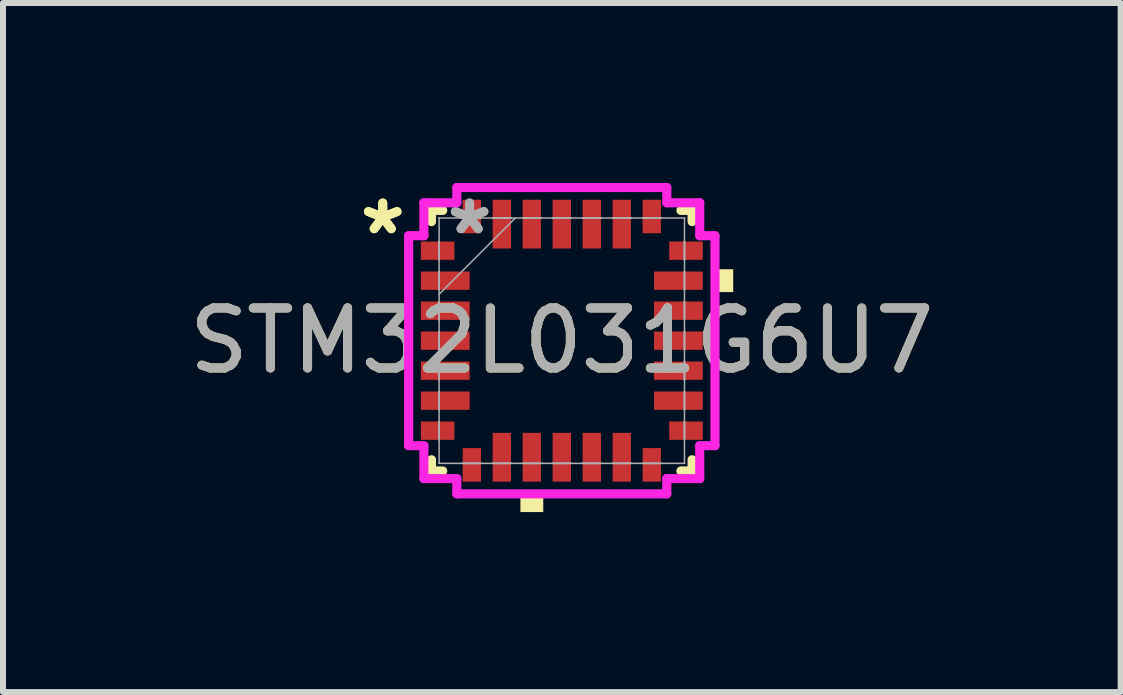
<source format=kicad_pcb>
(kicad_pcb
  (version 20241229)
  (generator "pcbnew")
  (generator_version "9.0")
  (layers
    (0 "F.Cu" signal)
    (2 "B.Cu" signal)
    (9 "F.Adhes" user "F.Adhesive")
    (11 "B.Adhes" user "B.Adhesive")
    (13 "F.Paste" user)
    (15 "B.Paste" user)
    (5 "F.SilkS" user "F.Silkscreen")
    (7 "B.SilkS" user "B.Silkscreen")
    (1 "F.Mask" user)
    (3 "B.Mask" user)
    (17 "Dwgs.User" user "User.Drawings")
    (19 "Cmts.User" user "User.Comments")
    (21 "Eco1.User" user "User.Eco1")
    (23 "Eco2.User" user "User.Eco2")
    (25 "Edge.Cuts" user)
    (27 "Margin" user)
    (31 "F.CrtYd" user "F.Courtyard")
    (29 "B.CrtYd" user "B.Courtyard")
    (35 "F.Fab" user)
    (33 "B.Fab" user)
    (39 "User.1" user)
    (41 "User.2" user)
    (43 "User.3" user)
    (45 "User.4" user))
  (footprint "STM32L031G6U7"
    (layer "F.Cu")
    (at 6.315 2.629)
    (property "Reference" "STM32L031G6U7" (at 0 0 0) (unlocked yes) (layer "F.SilkS") (effects (font (size 1 1) (thickness 0.15))))
    (attr smd)
    (fp_line (start -2.172 -2.172) (end -2.172 -1.985) (stroke (width 0.152) (type solid)) (layer "F.SilkS"))
    (fp_line (start -2.172 1.985) (end -2.172 2.172) (stroke (width 0.152) (type solid)) (layer "F.SilkS"))
    (fp_line (start -2.172 2.172) (end -1.985 2.172) (stroke (width 0.152) (type solid)) (layer "F.SilkS"))
    (fp_line (start -1.985 -2.172) (end -2.172 -2.172) (stroke (width 0.152) (type solid)) (layer "F.SilkS"))
    (fp_line (start 1.985 2.172) (end 2.172 2.172) (stroke (width 0.152) (type solid)) (layer "F.SilkS"))
    (fp_line (start 2.172 -2.172) (end 1.985 -2.172) (stroke (width 0.152) (type solid)) (layer "F.SilkS"))
    (fp_line (start 2.172 -1.985) (end 2.172 -2.172) (stroke (width 0.152) (type solid)) (layer "F.SilkS"))
    (fp_line (start 2.172 2.172) (end 2.172 1.985) (stroke (width 0.152) (type solid)) (layer "F.SilkS"))
    (fp_poly (pts (xy -0.69 2.603) (xy -0.69 2.857) (xy -0.309 2.857) (xy -0.309 2.603)) (stroke (width 0) (type solid)) (fill yes) (layer "F.SilkS"))
    (fp_poly (pts (xy 2.857 -1.191) (xy 2.857 -0.81) (xy 2.603 -0.81) (xy 2.603 -1.191)) (stroke (width 0) (type solid)) (fill yes) (layer "F.SilkS"))
    (fp_line (start -2.553 -1.75) (end -2.299 -1.75) (stroke (width 0.152) (type solid)) (layer "F.CrtYd"))
    (fp_line (start -2.553 1.75) (end -2.553 -1.75) (stroke (width 0.152) (type solid)) (layer "F.CrtYd"))
    (fp_line (start -2.299 -2.299) (end -1.75 -2.299) (stroke (width 0.152) (type solid)) (layer "F.CrtYd"))
    (fp_line (start -2.299 -1.75) (end -2.299 -2.299) (stroke (width 0.152) (type solid)) (layer "F.CrtYd"))
    (fp_line (start -2.299 1.75) (end -2.553 1.75) (stroke (width 0.152) (type solid)) (layer "F.CrtYd"))
    (fp_line (start -2.299 2.299) (end -2.299 1.75) (stroke (width 0.152) (type solid)) (layer "F.CrtYd"))
    (fp_line (start -1.75 -2.553) (end 1.75 -2.553) (stroke (width 0.152) (type solid)) (layer "F.CrtYd"))
    (fp_line (start -1.75 -2.299) (end -1.75 -2.553) (stroke (width 0.152) (type solid)) (layer "F.CrtYd"))
    (fp_line (start -1.75 2.299) (end -2.299 2.299) (stroke (width 0.152) (type solid)) (layer "F.CrtYd"))
    (fp_line (start -1.75 2.553) (end -1.75 2.299) (stroke (width 0.152) (type solid)) (layer "F.CrtYd"))
    (fp_line (start 1.75 -2.553) (end 1.75 -2.299) (stroke (width 0.152) (type solid)) (layer "F.CrtYd"))
    (fp_line (start 1.75 -2.299) (end 2.299 -2.299) (stroke (width 0.152) (type solid)) (layer "F.CrtYd"))
    (fp_line (start 1.75 2.299) (end 1.75 2.553) (stroke (width 0.152) (type solid)) (layer "F.CrtYd"))
    (fp_line (start 1.75 2.553) (end -1.75 2.553) (stroke (width 0.152) (type solid)) (layer "F.CrtYd"))
    (fp_line (start 2.299 -2.299) (end 2.299 -1.75) (stroke (width 0.152) (type solid)) (layer "F.CrtYd"))
    (fp_line (start 2.299 -1.75) (end 2.553 -1.75) (stroke (width 0.152) (type solid)) (layer "F.CrtYd"))
    (fp_line (start 2.299 1.75) (end 2.299 2.299) (stroke (width 0.152) (type solid)) (layer "F.CrtYd"))
    (fp_line (start 2.299 2.299) (end 1.75 2.299) (stroke (width 0.152) (type solid)) (layer "F.CrtYd"))
    (fp_line (start 2.553 -1.75) (end 2.553 1.75) (stroke (width 0.152) (type solid)) (layer "F.CrtYd"))
    (fp_line (start 2.553 1.75) (end 2.299 1.75) (stroke (width 0.152) (type solid)) (layer "F.CrtYd"))
    (fp_line (start -2.045 -2.045) (end -2.045 -2.045) (stroke (width 0.025) (type solid)) (layer "F.Fab"))
    (fp_line (start -2.045 -2.045) (end -2.045 2.045) (stroke (width 0.025) (type solid)) (layer "F.Fab"))
    (fp_line (start -2.045 -1.652) (end -2.045 -1.652) (stroke (width 0.025) (type solid)) (layer "F.Fab"))
    (fp_line (start -2.045 -1.652) (end -2.045 -1.348) (stroke (width 0.025) (type solid)) (layer "F.Fab"))
    (fp_line (start -2.045 -1.348) (end -2.045 -1.652) (stroke (width 0.025) (type solid)) (layer "F.Fab"))
    (fp_line (start -2.045 -1.348) (end -2.045 -1.348) (stroke (width 0.025) (type solid)) (layer "F.Fab"))
    (fp_line (start -2.045 -1.152) (end -2.045 -1.152) (stroke (width 0.025) (type solid)) (layer "F.Fab"))
    (fp_line (start -2.045 -1.152) (end -2.045 -0.848) (stroke (width 0.025) (type solid)) (layer "F.Fab"))
    (fp_line (start -2.045 -0.848) (end -2.045 -1.152) (stroke (width 0.025) (type solid)) (layer "F.Fab"))
    (fp_line (start -2.045 -0.848) (end -2.045 -0.848) (stroke (width 0.025) (type solid)) (layer "F.Fab"))
    (fp_line (start -2.045 -0.775) (end -0.775 -2.045) (stroke (width 0.025) (type solid)) (layer "F.Fab"))
    (fp_line (start -2.045 -0.652) (end -2.045 -0.652) (stroke (width 0.025) (type solid)) (layer "F.Fab"))
    (fp_line (start -2.045 -0.652) (end -2.045 -0.348) (stroke (width 0.025) (type solid)) (layer "F.Fab"))
    (fp_line (start -2.045 -0.348) (end -2.045 -0.652) (stroke (width 0.025) (type solid)) (layer "F.Fab"))
    (fp_line (start -2.045 -0.348) (end -2.045 -0.348) (stroke (width 0.025) (type solid)) (layer "F.Fab"))
    (fp_line (start -2.045 -0.152) (end -2.045 -0.152) (stroke (width 0.025) (type solid)) (layer "F.Fab"))
    (fp_line (start -2.045 -0.152) (end -2.045 0.152) (stroke (width 0.025) (type solid)) (layer "F.Fab"))
    (fp_line (start -2.045 0.152) (end -2.045 -0.152) (stroke (width 0.025) (type solid)) (layer "F.Fab"))
    (fp_line (start -2.045 0.152) (end -2.045 0.152) (stroke (width 0.025) (type solid)) (layer "F.Fab"))
    (fp_line (start -2.045 0.348) (end -2.045 0.348) (stroke (width 0.025) (type solid)) (layer "F.Fab"))
    (fp_line (start -2.045 0.348) (end -2.045 0.652) (stroke (width 0.025) (type solid)) (layer "F.Fab"))
    (fp_line (start -2.045 0.652) (end -2.045 0.348) (stroke (width 0.025) (type solid)) (layer "F.Fab"))
    (fp_line (start -2.045 0.652) (end -2.045 0.652) (stroke (width 0.025) (type solid)) (layer "F.Fab"))
    (fp_line (start -2.045 0.848) (end -2.045 0.848) (stroke (width 0.025) (type solid)) (layer "F.Fab"))
    (fp_line (start -2.045 0.848) (end -2.045 1.152) (stroke (width 0.025) (type solid)) (layer "F.Fab"))
    (fp_line (start -2.045 1.152) (end -2.045 0.848) (stroke (width 0.025) (type solid)) (layer "F.Fab"))
    (fp_line (start -2.045 1.152) (end -2.045 1.152) (stroke (width 0.025) (type solid)) (layer "F.Fab"))
    (fp_line (start -2.045 1.348) (end -2.045 1.348) (stroke (width 0.025) (type solid)) (layer "F.Fab"))
    (fp_line (start -2.045 1.348) (end -2.045 1.652) (stroke (width 0.025) (type solid)) (layer "F.Fab"))
    (fp_line (start -2.045 1.652) (end -2.045 1.348) (stroke (width 0.025) (type solid)) (layer "F.Fab"))
    (fp_line (start -2.045 1.652) (end -2.045 1.652) (stroke (width 0.025) (type solid)) (layer "F.Fab"))
    (fp_line (start -2.045 2.045) (end -2.045 2.045) (stroke (width 0.025) (type solid)) (layer "F.Fab"))
    (fp_line (start -2.045 2.045) (end 2.045 2.045) (stroke (width 0.025) (type solid)) (layer "F.Fab"))
    (fp_line (start -1.652 -2.045) (end -1.652 -2.045) (stroke (width 0.025) (type solid)) (layer "F.Fab"))
    (fp_line (start -1.652 -2.045) (end -1.348 -2.045) (stroke (width 0.025) (type solid)) (layer "F.Fab"))
    (fp_line (start -1.652 2.045) (end -1.652 2.045) (stroke (width 0.025) (type solid)) (layer "F.Fab"))
    (fp_line (start -1.652 2.045) (end -1.348 2.045) (stroke (width 0.025) (type solid)) (layer "F.Fab"))
    (fp_line (start -1.348 -2.045) (end -1.652 -2.045) (stroke (width 0.025) (type solid)) (layer "F.Fab"))
    (fp_line (start -1.348 -2.045) (end -1.348 -2.045) (stroke (width 0.025) (type solid)) (layer "F.Fab"))
    (fp_line (start -1.348 2.045) (end -1.652 2.045) (stroke (width 0.025) (type solid)) (layer "F.Fab"))
    (fp_line (start -1.348 2.045) (end -1.348 2.045) (stroke (width 0.025) (type solid)) (layer "F.Fab"))
    (fp_line (start -1.152 -2.045) (end -1.152 -2.045) (stroke (width 0.025) (type solid)) (layer "F.Fab"))
    (fp_line (start -1.152 -2.045) (end -0.848 -2.045) (stroke (width 0.025) (type solid)) (layer "F.Fab"))
    (fp_line (start -1.152 2.045) (end -1.152 2.045) (stroke (width 0.025) (type solid)) (layer "F.Fab"))
    (fp_line (start -1.152 2.045) (end -0.848 2.045) (stroke (width 0.025) (type solid)) (layer "F.Fab"))
    (fp_line (start -0.848 -2.045) (end -1.152 -2.045) (stroke (width 0.025) (type solid)) (layer "F.Fab"))
    (fp_line (start -0.848 -2.045) (end -0.848 -2.045) (stroke (width 0.025) (type solid)) (layer "F.Fab"))
    (fp_line (start -0.848 2.045) (end -1.152 2.045) (stroke (width 0.025) (type solid)) (layer "F.Fab"))
    (fp_line (start -0.848 2.045) (end -0.848 2.045) (stroke (width 0.025) (type solid)) (layer "F.Fab"))
    (fp_line (start -0.652 -2.045) (end -0.652 -2.045) (stroke (width 0.025) (type solid)) (layer "F.Fab"))
    (fp_line (start -0.652 -2.045) (end -0.348 -2.045) (stroke (width 0.025) (type solid)) (layer "F.Fab"))
    (fp_line (start -0.652 2.045) (end -0.652 2.045) (stroke (width 0.025) (type solid)) (layer "F.Fab"))
    (fp_line (start -0.652 2.045) (end -0.348 2.045) (stroke (width 0.025) (type solid)) (layer "F.Fab"))
    (fp_line (start -0.348 -2.045) (end -0.652 -2.045) (stroke (width 0.025) (type solid)) (layer "F.Fab"))
    (fp_line (start -0.348 -2.045) (end -0.348 -2.045) (stroke (width 0.025) (type solid)) (layer "F.Fab"))
    (fp_line (start -0.348 2.045) (end -0.652 2.045) (stroke (width 0.025) (type solid)) (layer "F.Fab"))
    (fp_line (start -0.348 2.045) (end -0.348 2.045) (stroke (width 0.025) (type solid)) (layer "F.Fab"))
    (fp_line (start -0.152 -2.045) (end -0.152 -2.045) (stroke (width 0.025) (type solid)) (layer "F.Fab"))
    (fp_line (start -0.152 -2.045) (end 0.152 -2.045) (stroke (width 0.025) (type solid)) (layer "F.Fab"))
    (fp_line (start -0.152 2.045) (end -0.152 2.045) (stroke (width 0.025) (type solid)) (layer "F.Fab"))
    (fp_line (start -0.152 2.045) (end 0.152 2.045) (stroke (width 0.025) (type solid)) (layer "F.Fab"))
    (fp_line (start 0.152 -2.045) (end -0.152 -2.045) (stroke (width 0.025) (type solid)) (layer "F.Fab"))
    (fp_line (start 0.152 -2.045) (end 0.152 -2.045) (stroke (width 0.025) (type solid)) (layer "F.Fab"))
    (fp_line (start 0.152 2.045) (end -0.152 2.045) (stroke (width 0.025) (type solid)) (layer "F.Fab"))
    (fp_line (start 0.152 2.045) (end 0.152 2.045) (stroke (width 0.025) (type solid)) (layer "F.Fab"))
    (fp_line (start 0.348 -2.045) (end 0.348 -2.045) (stroke (width 0.025) (type solid)) (layer "F.Fab"))
    (fp_line (start 0.348 -2.045) (end 0.652 -2.045) (stroke (width 0.025) (type solid)) (layer "F.Fab"))
    (fp_line (start 0.348 2.045) (end 0.348 2.045) (stroke (width 0.025) (type solid)) (layer "F.Fab"))
    (fp_line (start 0.348 2.045) (end 0.652 2.045) (stroke (width 0.025) (type solid)) (layer "F.Fab"))
    (fp_line (start 0.652 -2.045) (end 0.348 -2.045) (stroke (width 0.025) (type solid)) (layer "F.Fab"))
    (fp_line (start 0.652 -2.045) (end 0.652 -2.045) (stroke (width 0.025) (type solid)) (layer "F.Fab"))
    (fp_line (start 0.652 2.045) (end 0.348 2.045) (stroke (width 0.025) (type solid)) (layer "F.Fab"))
    (fp_line (start 0.652 2.045) (end 0.652 2.045) (stroke (width 0.025) (type solid)) (layer "F.Fab"))
    (fp_line (start 0.848 -2.045) (end 0.848 -2.045) (stroke (width 0.025) (type solid)) (layer "F.Fab"))
    (fp_line (start 0.848 -2.045) (end 1.152 -2.045) (stroke (width 0.025) (type solid)) (layer "F.Fab"))
    (fp_line (start 0.848 2.045) (end 0.848 2.045) (stroke (width 0.025) (type solid)) (layer "F.Fab"))
    (fp_line (start 0.848 2.045) (end 1.152 2.045) (stroke (width 0.025) (type solid)) (layer "F.Fab"))
    (fp_line (start 1.152 -2.045) (end 0.848 -2.045) (stroke (width 0.025) (type solid)) (layer "F.Fab"))
    (fp_line (start 1.152 -2.045) (end 1.152 -2.045) (stroke (width 0.025) (type solid)) (layer "F.Fab"))
    (fp_line (start 1.152 2.045) (end 0.848 2.045) (stroke (width 0.025) (type solid)) (layer "F.Fab"))
    (fp_line (start 1.152 2.045) (end 1.152 2.045) (stroke (width 0.025) (type solid)) (layer "F.Fab"))
    (fp_line (start 1.348 -2.045) (end 1.348 -2.045) (stroke (width 0.025) (type solid)) (layer "F.Fab"))
    (fp_line (start 1.348 -2.045) (end 1.652 -2.045) (stroke (width 0.025) (type solid)) (layer "F.Fab"))
    (fp_line (start 1.348 2.045) (end 1.348 2.045) (stroke (width 0.025) (type solid)) (layer "F.Fab"))
    (fp_line (start 1.348 2.045) (end 1.652 2.045) (stroke (width 0.025) (type solid)) (layer "F.Fab"))
    (fp_line (start 1.652 -2.045) (end 1.348 -2.045) (stroke (width 0.025) (type solid)) (layer "F.Fab"))
    (fp_line (start 1.652 -2.045) (end 1.652 -2.045) (stroke (width 0.025) (type solid)) (layer "F.Fab"))
    (fp_line (start 1.652 2.045) (end 1.348 2.045) (stroke (width 0.025) (type solid)) (layer "F.Fab"))
    (fp_line (start 1.652 2.045) (end 1.652 2.045) (stroke (width 0.025) (type solid)) (layer "F.Fab"))
    (fp_line (start 2.045 -2.045) (end -2.045 -2.045) (stroke (width 0.025) (type solid)) (layer "F.Fab"))
    (fp_line (start 2.045 -2.045) (end 2.045 -2.045) (stroke (width 0.025) (type solid)) (layer "F.Fab"))
    (fp_line (start 2.045 -1.652) (end 2.045 -1.652) (stroke (width 0.025) (type solid)) (layer "F.Fab"))
    (fp_line (start 2.045 -1.652) (end 2.045 -1.348) (stroke (width 0.025) (type solid)) (layer "F.Fab"))
    (fp_line (start 2.045 -1.348) (end 2.045 -1.652) (stroke (width 0.025) (type solid)) (layer "F.Fab"))
    (fp_line (start 2.045 -1.348) (end 2.045 -1.348) (stroke (width 0.025) (type solid)) (layer "F.Fab"))
    (fp_line (start 2.045 -1.152) (end 2.045 -1.152) (stroke (width 0.025) (type solid)) (layer "F.Fab"))
    (fp_line (start 2.045 -1.152) (end 2.045 -0.848) (stroke (width 0.025) (type solid)) (layer "F.Fab"))
    (fp_line (start 2.045 -0.848) (end 2.045 -1.152) (stroke (width 0.025) (type solid)) (layer "F.Fab"))
    (fp_line (start 2.045 -0.848) (end 2.045 -0.848) (stroke (width 0.025) (type solid)) (layer "F.Fab"))
    (fp_line (start 2.045 -0.652) (end 2.045 -0.652) (stroke (width 0.025) (type solid)) (layer "F.Fab"))
    (fp_line (start 2.045 -0.652) (end 2.045 -0.348) (stroke (width 0.025) (type solid)) (layer "F.Fab"))
    (fp_line (start 2.045 -0.348) (end 2.045 -0.652) (stroke (width 0.025) (type solid)) (layer "F.Fab"))
    (fp_line (start 2.045 -0.348) (end 2.045 -0.348) (stroke (width 0.025) (type solid)) (layer "F.Fab"))
    (fp_line (start 2.045 -0.152) (end 2.045 -0.152) (stroke (width 0.025) (type solid)) (layer "F.Fab"))
    (fp_line (start 2.045 -0.152) (end 2.045 0.152) (stroke (width 0.025) (type solid)) (layer "F.Fab"))
    (fp_line (start 2.045 0.152) (end 2.045 -0.152) (stroke (width 0.025) (type solid)) (layer "F.Fab"))
    (fp_line (start 2.045 0.152) (end 2.045 0.152) (stroke (width 0.025) (type solid)) (layer "F.Fab"))
    (fp_line (start 2.045 0.348) (end 2.045 0.348) (stroke (width 0.025) (type solid)) (layer "F.Fab"))
    (fp_line (start 2.045 0.348) (end 2.045 0.652) (stroke (width 0.025) (type solid)) (layer "F.Fab"))
    (fp_line (start 2.045 0.652) (end 2.045 0.348) (stroke (width 0.025) (type solid)) (layer "F.Fab"))
    (fp_line (start 2.045 0.652) (end 2.045 0.652) (stroke (width 0.025) (type solid)) (layer "F.Fab"))
    (fp_line (start 2.045 0.848) (end 2.045 0.848) (stroke (width 0.025) (type solid)) (layer "F.Fab"))
    (fp_line (start 2.045 0.848) (end 2.045 1.152) (stroke (width 0.025) (type solid)) (layer "F.Fab"))
    (fp_line (start 2.045 1.152) (end 2.045 0.848) (stroke (width 0.025) (type solid)) (layer "F.Fab"))
    (fp_line (start 2.045 1.152) (end 2.045 1.152) (stroke (width 0.025) (type solid)) (layer "F.Fab"))
    (fp_line (start 2.045 1.348) (end 2.045 1.348) (stroke (width 0.025) (type solid)) (layer "F.Fab"))
    (fp_line (start 2.045 1.348) (end 2.045 1.652) (stroke (width 0.025) (type solid)) (layer "F.Fab"))
    (fp_line (start 2.045 1.652) (end 2.045 1.348) (stroke (width 0.025) (type solid)) (layer "F.Fab"))
    (fp_line (start 2.045 1.652) (end 2.045 1.652) (stroke (width 0.025) (type solid)) (layer "F.Fab"))
    (fp_line (start 2.045 2.045) (end 2.045 -2.045) (stroke (width 0.025) (type solid)) (layer "F.Fab"))
    (fp_line (start 2.045 2.045) (end 2.045 2.045) (stroke (width 0.025) (type solid)) (layer "F.Fab"))
    (fp_text user "*" (at -2.985 -1.75 0) (layer "F.SilkS") (effects (font (size 1 1) (thickness 0.15))))
    (fp_text user "*" (at -2.985 -1.75 0) (unlocked yes) (layer "F.SilkS") (effects (font (size 1 1) (thickness 0.15))))
    (fp_text user "*" (at -1.537 -1.75 0) (layer "F.Fab") (effects (font (size 1 1) (thickness 0.15))))
    (fp_text user "${REFERENCE}" (at 0 0 0) (unlocked yes) (layer "F.Fab") (effects (font (size 1 1) (thickness 0.15))))
    (fp_text user "*" (at -1.537 -1.75 0) (unlocked yes) (layer "F.Fab") (effects (font (size 1 1) (thickness 0.15))))
    (pad "1" smd rect (at -2.07 -1.5 90) (size 0.305 0.559) (layers "F.Cu" "F.Mask" "F.Paste"))
    (pad "2" smd rect (at -1.943 -1 90) (size 0.305 0.813) (layers "F.Cu" "F.Mask" "F.Paste"))
    (pad "3" smd rect (at -1.943 -0.5 90) (size 0.305 0.813) (layers "F.Cu" "F.Mask" "F.Paste"))
    (pad "4" smd rect (at -1.943 0 90) (size 0.305 0.813) (layers "F.Cu" "F.Mask" "F.Paste"))
    (pad "5" smd rect (at -1.943 0.5 90) (size 0.305 0.813) (layers "F.Cu" "F.Mask" "F.Paste"))
    (pad "6" smd rect (at -1.943 1 90) (size 0.305 0.813) (layers "F.Cu" "F.Mask" "F.Paste"))
    (pad "7" smd rect (at -2.07 1.5 90) (size 0.305 0.559) (layers "F.Cu" "F.Mask" "F.Paste"))
    (pad "8" smd rect (at -1.5 2.07) (size 0.305 0.559) (layers "F.Cu" "F.Mask" "F.Paste"))
    (pad "9" smd rect (at -1 1.943) (size 0.305 0.813) (layers "F.Cu" "F.Mask" "F.Paste"))
    (pad "10" smd rect (at -0.5 1.943) (size 0.305 0.813) (layers "F.Cu" "F.Mask" "F.Paste"))
    (pad "11" smd rect (at 0 1.943) (size 0.305 0.813) (layers "F.Cu" "F.Mask" "F.Paste"))
    (pad "12" smd rect (at 0.5 1.943) (size 0.305 0.813) (layers "F.Cu" "F.Mask" "F.Paste"))
    (pad "13" smd rect (at 1 1.943) (size 0.305 0.813) (layers "F.Cu" "F.Mask" "F.Paste"))
    (pad "14" smd rect (at 1.5 2.07) (size 0.305 0.559) (layers "F.Cu" "F.Mask" "F.Paste"))
    (pad "15" smd rect (at 2.07 1.5 90) (size 0.305 0.559) (layers "F.Cu" "F.Mask" "F.Paste"))
    (pad "16" smd rect (at 1.943 1 90) (size 0.305 0.813) (layers "F.Cu" "F.Mask" "F.Paste"))
    (pad "17" smd rect (at 1.943 0.5 90) (size 0.305 0.813) (layers "F.Cu" "F.Mask" "F.Paste"))
    (pad "18" smd rect (at 1.943 0 90) (size 0.305 0.813) (layers "F.Cu" "F.Mask" "F.Paste"))
    (pad "19" smd rect (at 1.943 -0.5 90) (size 0.305 0.813) (layers "F.Cu" "F.Mask" "F.Paste"))
    (pad "20" smd rect (at 1.943 -1 90) (size 0.305 0.813) (layers "F.Cu" "F.Mask" "F.Paste"))
    (pad "21" smd rect (at 2.07 -1.5 90) (size 0.305 0.559) (layers "F.Cu" "F.Mask" "F.Paste"))
    (pad "22" smd rect (at 1.5 -2.07) (size 0.305 0.559) (layers "F.Cu" "F.Mask" "F.Paste"))
    (pad "23" smd rect (at 1 -1.943) (size 0.305 0.813) (layers "F.Cu" "F.Mask" "F.Paste"))
    (pad "24" smd rect (at 0.5 -1.943) (size 0.305 0.813) (layers "F.Cu" "F.Mask" "F.Paste"))
    (pad "25" smd rect (at 0 -1.943) (size 0.305 0.813) (layers "F.Cu" "F.Mask" "F.Paste"))
    (pad "26" smd rect (at -0.5 -1.943) (size 0.305 0.813) (layers "F.Cu" "F.Mask" "F.Paste"))
    (pad "27" smd rect (at -1 -1.943) (size 0.305 0.813) (layers "F.Cu" "F.Mask" "F.Paste"))
    (pad "28" smd rect (at -1.5 -2.07) (size 0.305 0.559) (layers "F.Cu" "F.Mask" "F.Paste")))
  (gr_rect
    (start -3 -3)
    (end 15.631 8.486)
    (stroke (width 0.1) (type default))
    (fill no)
    (layer "Edge.Cuts")))
</source>
